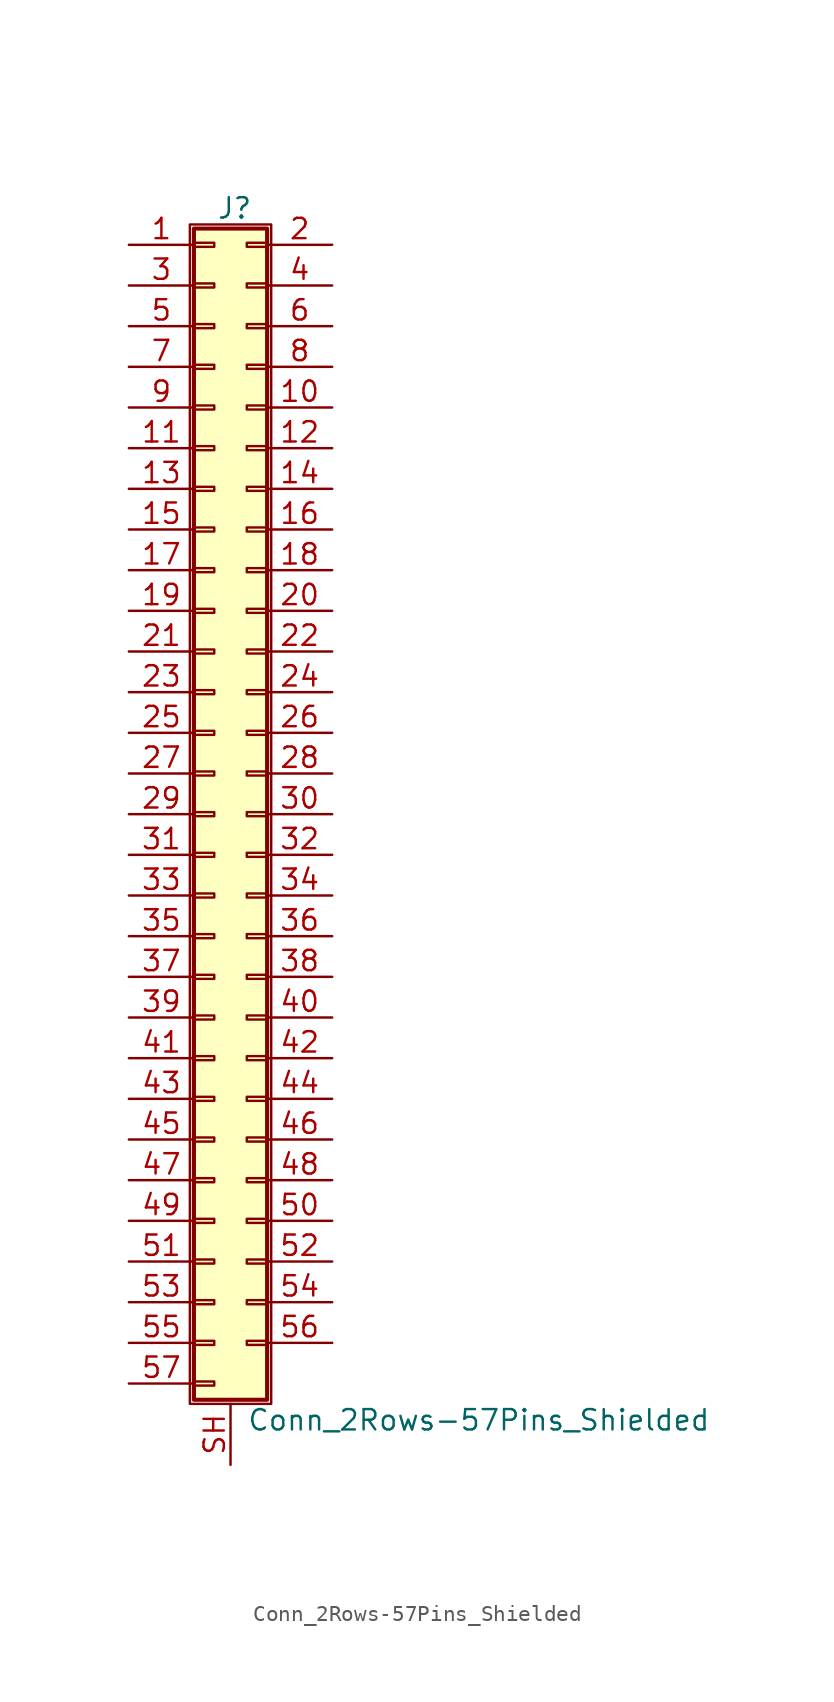
<source format=kicad_sym>
(kicad_symbol_lib
  (version 20211014)
  (generator kicad_symbol_editor)
  (symbol "Conn_2Rows-57Pins_Shielded"
    (pin_names
      (offset 1.016) hide)
    (property "Reference" "J"
      (at 1.524 37.846 0)
      (effects (font (size 1.27 1.27))))
    (property "Value" "Conn_2Rows-57Pins_Shielded"
      (at 2.286 -37.846 0)
      (effects (font (size 1.27 1.27)) (justify left)))
    (symbol "Conn_2Rows-57Pins_Shielded_1_1"
      (rectangle (start -1.27 36.83) (end 3.81 -36.83) (stroke (width 0.152) (type default) (color 0 0 0 0)) (fill (type none)))
      (rectangle (start -1.016 -35.433) (end 0.254 -35.687) (stroke (width 0.152) (type default) (color 0 0 0 0)) (fill (type none)))
      (rectangle (start -1.016 -32.893) (end 0.254 -33.147) (stroke (width 0.152) (type default) (color 0 0 0 0)) (fill (type none)))
      (rectangle (start -1.016 -30.353) (end 0.254 -30.607) (stroke (width 0.152) (type default) (color 0 0 0 0)) (fill (type none)))
      (rectangle (start -1.016 -27.813) (end 0.254 -28.067) (stroke (width 0.152) (type default) (color 0 0 0 0)) (fill (type none)))
      (rectangle (start -1.016 -25.273) (end 0.254 -25.527) (stroke (width 0.152) (type default) (color 0 0 0 0)) (fill (type none)))
      (rectangle (start -1.016 -22.733) (end 0.254 -22.987) (stroke (width 0.152) (type default) (color 0 0 0 0)) (fill (type none)))
      (rectangle (start -1.016 -20.193) (end 0.254 -20.447) (stroke (width 0.152) (type default) (color 0 0 0 0)) (fill (type none)))
      (rectangle (start -1.016 -17.653) (end 0.254 -17.907) (stroke (width 0.152) (type default) (color 0 0 0 0)) (fill (type none)))
      (rectangle (start -1.016 -15.113) (end 0.254 -15.367) (stroke (width 0.152) (type default) (color 0 0 0 0)) (fill (type none)))
      (rectangle (start -1.016 -12.573) (end 0.254 -12.827) (stroke (width 0.152) (type default) (color 0 0 0 0)) (fill (type none)))
      (rectangle (start -1.016 -10.033) (end 0.254 -10.287) (stroke (width 0.152) (type default) (color 0 0 0 0)) (fill (type none)))
      (rectangle (start -1.016 -7.493) (end 0.254 -7.747) (stroke (width 0.152) (type default) (color 0 0 0 0)) (fill (type none)))
      (rectangle (start -1.016 -4.953) (end 0.254 -5.207) (stroke (width 0.152) (type default) (color 0 0 0 0)) (fill (type none)))
      (rectangle (start -1.016 -2.413) (end 0.254 -2.667) (stroke (width 0.152) (type default) (color 0 0 0 0)) (fill (type none)))
      (rectangle (start -1.016 0.127) (end 0.254 -0.127) (stroke (width 0.152) (type default) (color 0 0 0 0)) (fill (type none)))
      (rectangle (start -1.016 2.667) (end 0.254 2.413) (stroke (width 0.152) (type default) (color 0 0 0 0)) (fill (type none)))
      (rectangle (start -1.016 5.207) (end 0.254 4.953) (stroke (width 0.152) (type default) (color 0 0 0 0)) (fill (type none)))
      (rectangle (start -1.016 7.747) (end 0.254 7.493) (stroke (width 0.152) (type default) (color 0 0 0 0)) (fill (type none)))
      (rectangle (start -1.016 10.287) (end 0.254 10.033) (stroke (width 0.152) (type default) (color 0 0 0 0)) (fill (type none)))
      (rectangle (start -1.016 12.827) (end 0.254 12.573) (stroke (width 0.152) (type default) (color 0 0 0 0)) (fill (type none)))
      (rectangle (start -1.016 15.367) (end 0.254 15.113) (stroke (width 0.152) (type default) (color 0 0 0 0)) (fill (type none)))
      (rectangle (start -1.016 17.907) (end 0.254 17.653) (stroke (width 0.152) (type default) (color 0 0 0 0)) (fill (type none)))
      (rectangle (start -1.016 20.447) (end 0.254 20.193) (stroke (width 0.152) (type default) (color 0 0 0 0)) (fill (type none)))
      (rectangle (start -1.016 22.987) (end 0.254 22.733) (stroke (width 0.152) (type default) (color 0 0 0 0)) (fill (type none)))
      (rectangle (start -1.016 25.527) (end 0.254 25.273) (stroke (width 0.152) (type default) (color 0 0 0 0)) (fill (type none)))
      (rectangle (start -1.016 28.067) (end 0.254 27.813) (stroke (width 0.152) (type default) (color 0 0 0 0)) (fill (type none)))
      (rectangle (start -1.016 30.607) (end 0.254 30.353) (stroke (width 0.152) (type default) (color 0 0 0 0)) (fill (type none)))
      (rectangle (start -1.016 33.147) (end 0.254 32.893) (stroke (width 0.152) (type default) (color 0 0 0 0)) (fill (type none)))
      (rectangle (start -1.016 35.687) (end 0.254 35.433) (stroke (width 0.152) (type default) (color 0 0 0 0)) (fill (type none)))
      (rectangle (start -1.016 36.576) (end 3.556 -36.576) (stroke (width 0.254) (type default) (color 0 0 0 0)) (fill (type background)))
      (rectangle (start 3.556 -32.893) (end 2.286 -33.147) (stroke (width 0.152) (type default) (color 0 0 0 0)) (fill (type none)))
      (rectangle (start 3.556 -30.353) (end 2.286 -30.607) (stroke (width 0.152) (type default) (color 0 0 0 0)) (fill (type none)))
      (rectangle (start 3.556 -27.813) (end 2.286 -28.067) (stroke (width 0.152) (type default) (color 0 0 0 0)) (fill (type none)))
      (rectangle (start 3.556 -25.273) (end 2.286 -25.527) (stroke (width 0.152) (type default) (color 0 0 0 0)) (fill (type none)))
      (rectangle (start 3.556 -22.733) (end 2.286 -22.987) (stroke (width 0.152) (type default) (color 0 0 0 0)) (fill (type none)))
      (rectangle (start 3.556 -20.193) (end 2.286 -20.447) (stroke (width 0.152) (type default) (color 0 0 0 0)) (fill (type none)))
      (rectangle (start 3.556 -17.653) (end 2.286 -17.907) (stroke (width 0.152) (type default) (color 0 0 0 0)) (fill (type none)))
      (rectangle (start 3.556 -15.113) (end 2.286 -15.367) (stroke (width 0.152) (type default) (color 0 0 0 0)) (fill (type none)))
      (rectangle (start 3.556 -12.573) (end 2.286 -12.827) (stroke (width 0.152) (type default) (color 0 0 0 0)) (fill (type none)))
      (rectangle (start 3.556 -10.033) (end 2.286 -10.287) (stroke (width 0.152) (type default) (color 0 0 0 0)) (fill (type none)))
      (rectangle (start 3.556 -7.493) (end 2.286 -7.747) (stroke (width 0.152) (type default) (color 0 0 0 0)) (fill (type none)))
      (rectangle (start 3.556 -4.953) (end 2.286 -5.207) (stroke (width 0.152) (type default) (color 0 0 0 0)) (fill (type none)))
      (rectangle (start 3.556 -2.413) (end 2.286 -2.667) (stroke (width 0.152) (type default) (color 0 0 0 0)) (fill (type none)))
      (rectangle (start 3.556 0.127) (end 2.286 -0.127) (stroke (width 0.152) (type default) (color 0 0 0 0)) (fill (type none)))
      (rectangle (start 3.556 2.667) (end 2.286 2.413) (stroke (width 0.152) (type default) (color 0 0 0 0)) (fill (type none)))
      (rectangle (start 3.556 5.207) (end 2.286 4.953) (stroke (width 0.152) (type default) (color 0 0 0 0)) (fill (type none)))
      (rectangle (start 3.556 7.747) (end 2.286 7.493) (stroke (width 0.152) (type default) (color 0 0 0 0)) (fill (type none)))
      (rectangle (start 3.556 10.287) (end 2.286 10.033) (stroke (width 0.152) (type default) (color 0 0 0 0)) (fill (type none)))
      (rectangle (start 3.556 12.827) (end 2.286 12.573) (stroke (width 0.152) (type default) (color 0 0 0 0)) (fill (type none)))
      (rectangle (start 3.556 15.367) (end 2.286 15.113) (stroke (width 0.152) (type default) (color 0 0 0 0)) (fill (type none)))
      (rectangle (start 3.556 17.907) (end 2.286 17.653) (stroke (width 0.152) (type default) (color 0 0 0 0)) (fill (type none)))
      (rectangle (start 3.556 20.447) (end 2.286 20.193) (stroke (width 0.152) (type default) (color 0 0 0 0)) (fill (type none)))
      (rectangle (start 3.556 22.987) (end 2.286 22.733) (stroke (width 0.152) (type default) (color 0 0 0 0)) (fill (type none)))
      (rectangle (start 3.556 25.527) (end 2.286 25.273) (stroke (width 0.152) (type default) (color 0 0 0 0)) (fill (type none)))
      (rectangle (start 3.556 28.067) (end 2.286 27.813) (stroke (width 0.152) (type default) (color 0 0 0 0)) (fill (type none)))
      (rectangle (start 3.556 30.607) (end 2.286 30.353) (stroke (width 0.152) (type default) (color 0 0 0 0)) (fill (type none)))
      (rectangle (start 3.556 33.147) (end 2.286 32.893) (stroke (width 0.152) (type default) (color 0 0 0 0)) (fill (type none)))
      (rectangle (start 3.556 35.687) (end 2.286 35.433) (stroke (width 0.152) (type default) (color 0 0 0 0)) (fill (type none)))
      (pin passive line (at -5.08 35.56 0) (length 4.064) (name "Pin_1" (effects (font (size 1.27 1.27)))) (number "1" (effects (font (size 1.27 1.27)))))
      (pin passive line (at 7.62 25.4 180) (length 4.064) (name "Pin_10" (effects (font (size 1.27 1.27)))) (number "10" (effects (font (size 1.27 1.27)))))
      (pin passive line (at -5.08 22.86 0) (length 4.064) (name "Pin_11" (effects (font (size 1.27 1.27)))) (number "11" (effects (font (size 1.27 1.27)))))
      (pin passive line (at 7.62 22.86 180) (length 4.064) (name "Pin_12" (effects (font (size 1.27 1.27)))) (number "12" (effects (font (size 1.27 1.27)))))
      (pin passive line (at -5.08 20.32 0) (length 4.064) (name "Pin_13" (effects (font (size 1.27 1.27)))) (number "13" (effects (font (size 1.27 1.27)))))
      (pin passive line (at 7.62 20.32 180) (length 4.064) (name "Pin_14" (effects (font (size 1.27 1.27)))) (number "14" (effects (font (size 1.27 1.27)))))
      (pin passive line (at -5.08 17.78 0) (length 4.064) (name "Pin_15" (effects (font (size 1.27 1.27)))) (number "15" (effects (font (size 1.27 1.27)))))
      (pin passive line (at 7.62 17.78 180) (length 4.064) (name "Pin_16" (effects (font (size 1.27 1.27)))) (number "16" (effects (font (size 1.27 1.27)))))
      (pin passive line (at -5.08 15.24 0) (length 4.064) (name "Pin_17" (effects (font (size 1.27 1.27)))) (number "17" (effects (font (size 1.27 1.27)))))
      (pin passive line (at 7.62 15.24 180) (length 4.064) (name "Pin_18" (effects (font (size 1.27 1.27)))) (number "18" (effects (font (size 1.27 1.27)))))
      (pin passive line (at -5.08 12.7 0) (length 4.064) (name "Pin_19" (effects (font (size 1.27 1.27)))) (number "19" (effects (font (size 1.27 1.27)))))
      (pin passive line (at 7.62 35.56 180) (length 4.064) (name "Pin_2" (effects (font (size 1.27 1.27)))) (number "2" (effects (font (size 1.27 1.27)))))
      (pin passive line (at 7.62 12.7 180) (length 4.064) (name "Pin_20" (effects (font (size 1.27 1.27)))) (number "20" (effects (font (size 1.27 1.27)))))
      (pin passive line (at -5.08 10.16 0) (length 4.064) (name "Pin_21" (effects (font (size 1.27 1.27)))) (number "21" (effects (font (size 1.27 1.27)))))
      (pin passive line (at 7.62 10.16 180) (length 4.064) (name "Pin_22" (effects (font (size 1.27 1.27)))) (number "22" (effects (font (size 1.27 1.27)))))
      (pin passive line (at -5.08 7.62 0) (length 4.064) (name "Pin_23" (effects (font (size 1.27 1.27)))) (number "23" (effects (font (size 1.27 1.27)))))
      (pin passive line (at 7.62 7.62 180) (length 4.064) (name "Pin_24" (effects (font (size 1.27 1.27)))) (number "24" (effects (font (size 1.27 1.27)))))
      (pin passive line (at -5.08 5.08 0) (length 4.064) (name "Pin_25" (effects (font (size 1.27 1.27)))) (number "25" (effects (font (size 1.27 1.27)))))
      (pin passive line (at 7.62 5.08 180) (length 4.064) (name "Pin_26" (effects (font (size 1.27 1.27)))) (number "26" (effects (font (size 1.27 1.27)))))
      (pin passive line (at -5.08 2.54 0) (length 4.064) (name "Pin_27" (effects (font (size 1.27 1.27)))) (number "27" (effects (font (size 1.27 1.27)))))
      (pin passive line (at 7.62 2.54 180) (length 4.064) (name "Pin_28" (effects (font (size 1.27 1.27)))) (number "28" (effects (font (size 1.27 1.27)))))
      (pin passive line (at -5.08 0 0) (length 4.064) (name "Pin_29" (effects (font (size 1.27 1.27)))) (number "29" (effects (font (size 1.27 1.27)))))
      (pin passive line (at -5.08 33.02 0) (length 4.064) (name "Pin_3" (effects (font (size 1.27 1.27)))) (number "3" (effects (font (size 1.27 1.27)))))
      (pin passive line (at 7.62 0 180) (length 4.064) (name "Pin_30" (effects (font (size 1.27 1.27)))) (number "30" (effects (font (size 1.27 1.27)))))
      (pin passive line (at -5.08 -2.54 0) (length 4.064) (name "Pin_31" (effects (font (size 1.27 1.27)))) (number "31" (effects (font (size 1.27 1.27)))))
      (pin passive line (at 7.62 -2.54 180) (length 4.064) (name "Pin_32" (effects (font (size 1.27 1.27)))) (number "32" (effects (font (size 1.27 1.27)))))
      (pin passive line (at -5.08 -5.08 0) (length 4.064) (name "Pin_33" (effects (font (size 1.27 1.27)))) (number "33" (effects (font (size 1.27 1.27)))))
      (pin passive line (at 7.62 -5.08 180) (length 4.064) (name "Pin_34" (effects (font (size 1.27 1.27)))) (number "34" (effects (font (size 1.27 1.27)))))
      (pin passive line (at -5.08 -7.62 0) (length 4.064) (name "Pin_35" (effects (font (size 1.27 1.27)))) (number "35" (effects (font (size 1.27 1.27)))))
      (pin passive line (at 7.62 -7.62 180) (length 4.064) (name "Pin_36" (effects (font (size 1.27 1.27)))) (number "36" (effects (font (size 1.27 1.27)))))
      (pin passive line (at -5.08 -10.16 0) (length 4.064) (name "Pin_37" (effects (font (size 1.27 1.27)))) (number "37" (effects (font (size 1.27 1.27)))))
      (pin passive line (at 7.62 -10.16 180) (length 4.064) (name "Pin_38" (effects (font (size 1.27 1.27)))) (number "38" (effects (font (size 1.27 1.27)))))
      (pin passive line (at -5.08 -12.7 0) (length 4.064) (name "Pin_39" (effects (font (size 1.27 1.27)))) (number "39" (effects (font (size 1.27 1.27)))))
      (pin passive line (at 7.62 33.02 180) (length 4.064) (name "Pin_4" (effects (font (size 1.27 1.27)))) (number "4" (effects (font (size 1.27 1.27)))))
      (pin passive line (at 7.62 -12.7 180) (length 4.064) (name "Pin_40" (effects (font (size 1.27 1.27)))) (number "40" (effects (font (size 1.27 1.27)))))
      (pin passive line (at -5.08 -15.24 0) (length 4.064) (name "Pin_41" (effects (font (size 1.27 1.27)))) (number "41" (effects (font (size 1.27 1.27)))))
      (pin passive line (at 7.62 -15.24 180) (length 4.064) (name "Pin_42" (effects (font (size 1.27 1.27)))) (number "42" (effects (font (size 1.27 1.27)))))
      (pin passive line (at -5.08 -17.78 0) (length 4.064) (name "Pin_43" (effects (font (size 1.27 1.27)))) (number "43" (effects (font (size 1.27 1.27)))))
      (pin passive line (at 7.62 -17.78 180) (length 4.064) (name "Pin_44" (effects (font (size 1.27 1.27)))) (number "44" (effects (font (size 1.27 1.27)))))
      (pin passive line (at -5.08 -20.32 0) (length 4.064) (name "Pin_45" (effects (font (size 1.27 1.27)))) (number "45" (effects (font (size 1.27 1.27)))))
      (pin passive line (at 7.62 -20.32 180) (length 4.064) (name "Pin_46" (effects (font (size 1.27 1.27)))) (number "46" (effects (font (size 1.27 1.27)))))
      (pin passive line (at -5.08 -22.86 0) (length 4.064) (name "Pin_47" (effects (font (size 1.27 1.27)))) (number "47" (effects (font (size 1.27 1.27)))))
      (pin passive line (at 7.62 -22.86 180) (length 4.064) (name "Pin_48" (effects (font (size 1.27 1.27)))) (number "48" (effects (font (size 1.27 1.27)))))
      (pin passive line (at -5.08 -25.4 0) (length 4.064) (name "Pin_49" (effects (font (size 1.27 1.27)))) (number "49" (effects (font (size 1.27 1.27)))))
      (pin passive line (at -5.08 30.48 0) (length 4.064) (name "Pin_5" (effects (font (size 1.27 1.27)))) (number "5" (effects (font (size 1.27 1.27)))))
      (pin passive line (at 7.62 -25.4 180) (length 4.064) (name "Pin_50" (effects (font (size 1.27 1.27)))) (number "50" (effects (font (size 1.27 1.27)))))
      (pin passive line (at -5.08 -27.94 0) (length 4.064) (name "Pin_51" (effects (font (size 1.27 1.27)))) (number "51" (effects (font (size 1.27 1.27)))))
      (pin passive line (at 7.62 -27.94 180) (length 4.064) (name "Pin_52" (effects (font (size 1.27 1.27)))) (number "52" (effects (font (size 1.27 1.27)))))
      (pin passive line (at -5.08 -30.48 0) (length 4.064) (name "Pin_53" (effects (font (size 1.27 1.27)))) (number "53" (effects (font (size 1.27 1.27)))))
      (pin passive line (at 7.62 -30.48 180) (length 4.064) (name "Pin_54" (effects (font (size 1.27 1.27)))) (number "54" (effects (font (size 1.27 1.27)))))
      (pin passive line (at -5.08 -33.02 0) (length 4.064) (name "Pin_55" (effects (font (size 1.27 1.27)))) (number "55" (effects (font (size 1.27 1.27)))))
      (pin passive line (at 7.62 -33.02 180) (length 4.064) (name "Pin_56" (effects (font (size 1.27 1.27)))) (number "56" (effects (font (size 1.27 1.27)))))
      (pin passive line (at -5.08 -35.56 0) (length 4.064) (name "Pin_57" (effects (font (size 1.27 1.27)))) (number "57" (effects (font (size 1.27 1.27)))))
      (pin passive line (at 7.62 30.48 180) (length 4.064) (name "Pin_6" (effects (font (size 1.27 1.27)))) (number "6" (effects (font (size 1.27 1.27)))))
      (pin passive line (at -5.08 27.94 0) (length 4.064) (name "Pin_7" (effects (font (size 1.27 1.27)))) (number "7" (effects (font (size 1.27 1.27)))))
      (pin passive line (at 7.62 27.94 180) (length 4.064) (name "Pin_8" (effects (font (size 1.27 1.27)))) (number "8" (effects (font (size 1.27 1.27)))))
      (pin passive line (at -5.08 25.4 0) (length 4.064) (name "Pin_9" (effects (font (size 1.27 1.27)))) (number "9" (effects (font (size 1.27 1.27)))))
      (pin passive line (at 1.27 -40.64 90) (length 3.81) (name "Shield" (effects (font (size 1.27 1.27)))) (number "SH" (effects (font (size 1.27 1.27))))))))
</source>
